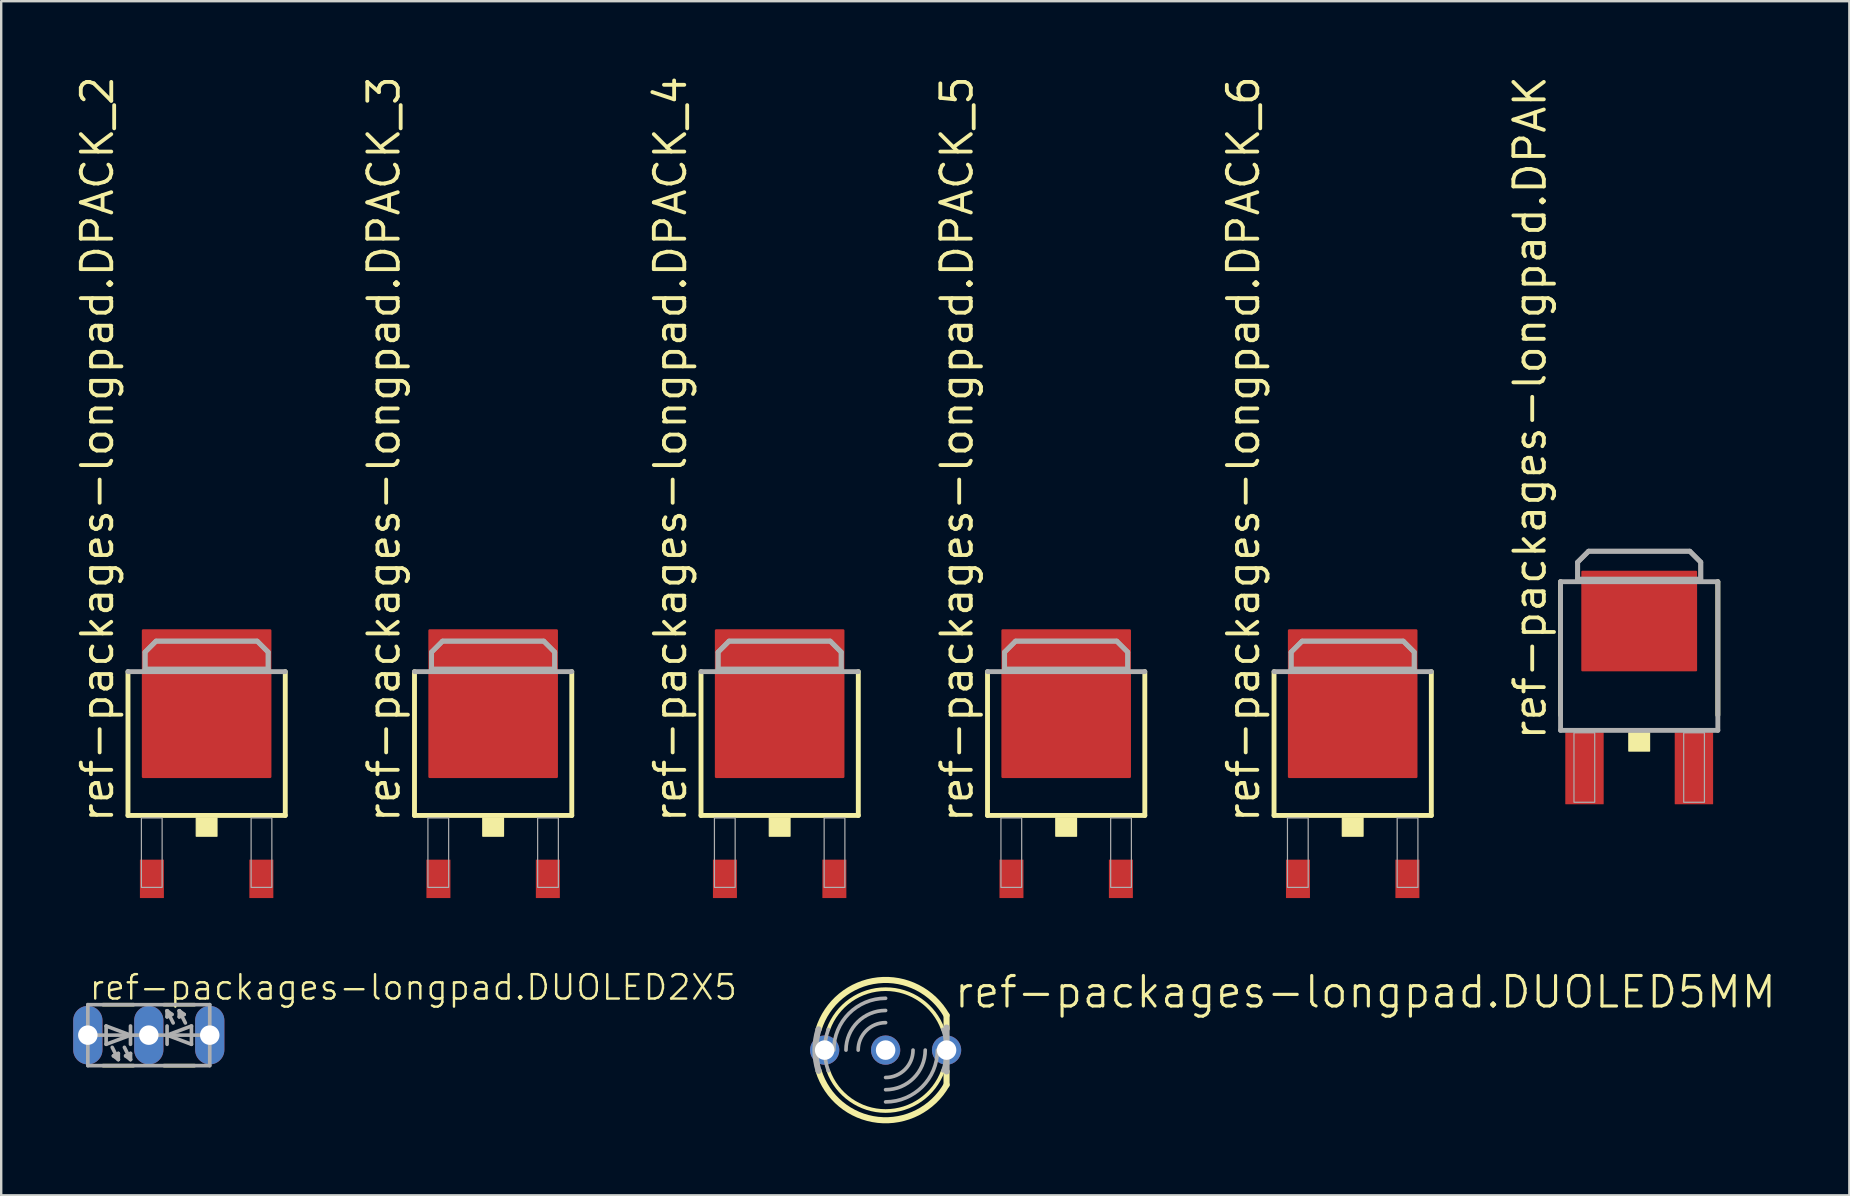
<source format=kicad_pcb>
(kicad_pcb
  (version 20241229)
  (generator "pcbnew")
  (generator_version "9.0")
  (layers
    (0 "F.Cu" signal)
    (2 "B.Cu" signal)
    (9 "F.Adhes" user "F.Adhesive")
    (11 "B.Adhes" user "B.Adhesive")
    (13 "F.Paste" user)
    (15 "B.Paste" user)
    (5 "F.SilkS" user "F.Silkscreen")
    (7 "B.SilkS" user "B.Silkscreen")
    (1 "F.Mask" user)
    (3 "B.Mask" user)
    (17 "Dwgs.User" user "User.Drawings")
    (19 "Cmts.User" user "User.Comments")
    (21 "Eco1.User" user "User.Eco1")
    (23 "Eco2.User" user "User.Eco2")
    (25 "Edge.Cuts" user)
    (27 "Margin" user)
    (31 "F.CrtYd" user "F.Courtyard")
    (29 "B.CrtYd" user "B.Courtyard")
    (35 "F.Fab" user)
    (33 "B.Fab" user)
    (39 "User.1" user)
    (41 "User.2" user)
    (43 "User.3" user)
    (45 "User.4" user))
  (footprint "ref-packages-longpad.DUOLED2X5"
    (layer "F.Cu")
    (at 3.15 40.084)
    (property "Reference" "ref-packages-longpad.DUOLED2X5" (at -2.54 -1.397 0) (layer "F.SilkS") (effects (font (size 1.016 1.016) (thickness 0.1)) (justify left bottom)))
    (attr through_hole)
    (fp_line (start -1.905 1.27) (end -0.635 1.27) (stroke (width 0.152) (type default)) (layer "F.SilkS"))
    (fp_line (start -0.635 -1.27) (end -1.905 -1.27) (stroke (width 0.152) (type default)) (layer "F.SilkS"))
    (fp_line (start 0.635 1.27) (end 1.905 1.27) (stroke (width 0.152) (type default)) (layer "F.SilkS"))
    (fp_line (start 1.905 -1.27) (end 0.635 -1.27) (stroke (width 0.152) (type default)) (layer "F.SilkS"))
    (fp_line (start -2.54 1.27) (end -2.54 -1.27) (stroke (width 0.152) (type default)) (layer "F.Fab"))
    (fp_line (start -2.54 1.27) (end 2.54 1.27) (stroke (width 0.152) (type default)) (layer "F.Fab"))
    (fp_line (start -2.159 0) (end -0.762 0) (stroke (width 0.152) (type default)) (layer "F.Fab"))
    (fp_line (start -1.778 -0.381) (end -1.778 0.381) (stroke (width 0.152) (type default)) (layer "F.Fab"))
    (fp_line (start -1.778 -0.381) (end -0.762 0) (stroke (width 0.152) (type default)) (layer "F.Fab"))
    (fp_line (start -1.524 0.508) (end -1.27 1.016) (stroke (width 0.152) (type default)) (layer "F.Fab"))
    (fp_line (start -1.473 0.864) (end -1.27 0.762) (stroke (width 0.152) (type default)) (layer "F.Fab"))
    (fp_line (start -1.27 1.016) (end -1.473 0.864) (stroke (width 0.152) (type default)) (layer "F.Fab"))
    (fp_line (start -1.27 1.016) (end -1.27 0.762) (stroke (width 0.152) (type default)) (layer "F.Fab"))
    (fp_line (start -1.016 0.508) (end -0.762 1.016) (stroke (width 0.152) (type default)) (layer "F.Fab"))
    (fp_line (start -0.965 0.864) (end -0.762 0.762) (stroke (width 0.152) (type default)) (layer "F.Fab"))
    (fp_line (start -0.762 -0.381) (end -0.762 0) (stroke (width 0.152) (type default)) (layer "F.Fab"))
    (fp_line (start -0.762 0) (end -1.778 0.381) (stroke (width 0.152) (type default)) (layer "F.Fab"))
    (fp_line (start -0.762 0) (end -0.762 0.381) (stroke (width 0.152) (type default)) (layer "F.Fab"))
    (fp_line (start -0.762 1.016) (end -0.965 0.864) (stroke (width 0.152) (type default)) (layer "F.Fab"))
    (fp_line (start -0.762 1.016) (end -0.762 0.762) (stroke (width 0.152) (type default)) (layer "F.Fab"))
    (fp_line (start 0.762 -1.016) (end 0.762 -0.762) (stroke (width 0.152) (type default)) (layer "F.Fab"))
    (fp_line (start 0.762 -1.016) (end 0.965 -0.864) (stroke (width 0.152) (type default)) (layer "F.Fab"))
    (fp_line (start 0.762 0) (end -0.762 0) (stroke (width 0.152) (type default)) (layer "F.Fab"))
    (fp_line (start 0.762 0) (end 0.762 -0.381) (stroke (width 0.152) (type default)) (layer "F.Fab"))
    (fp_line (start 0.762 0) (end 1.778 -0.381) (stroke (width 0.152) (type default)) (layer "F.Fab"))
    (fp_line (start 0.762 0.381) (end 0.762 0) (stroke (width 0.152) (type default)) (layer "F.Fab"))
    (fp_line (start 0.965 -0.864) (end 0.762 -0.762) (stroke (width 0.152) (type default)) (layer "F.Fab"))
    (fp_line (start 1.016 -0.508) (end 0.762 -1.016) (stroke (width 0.152) (type default)) (layer "F.Fab"))
    (fp_line (start 1.27 -1.016) (end 1.27 -0.762) (stroke (width 0.152) (type default)) (layer "F.Fab"))
    (fp_line (start 1.27 -1.016) (end 1.473 -0.864) (stroke (width 0.152) (type default)) (layer "F.Fab"))
    (fp_line (start 1.473 -0.864) (end 1.27 -0.762) (stroke (width 0.152) (type default)) (layer "F.Fab"))
    (fp_line (start 1.524 -0.508) (end 1.27 -1.016) (stroke (width 0.152) (type default)) (layer "F.Fab"))
    (fp_line (start 1.778 0.381) (end 0.762 0) (stroke (width 0.152) (type default)) (layer "F.Fab"))
    (fp_line (start 1.778 0.381) (end 1.778 -0.381) (stroke (width 0.152) (type default)) (layer "F.Fab"))
    (fp_line (start 2.159 0) (end 0.762 0) (stroke (width 0.152) (type default)) (layer "F.Fab"))
    (fp_line (start 2.54 -1.27) (end -2.54 -1.27) (stroke (width 0.152) (type default)) (layer "F.Fab"))
    (fp_line (start 2.54 1.27) (end 2.54 -1.27) (stroke (width 0.152) (type default)) (layer "F.Fab"))
    (pad "AG" thru_hole oval (at -2.54 0 90) (size 2.438 1.219) (drill 0.813) (layers "*.Cu" "*.Mask"))
    (pad "AR" thru_hole oval (at 2.54 0 90) (size 2.438 1.219) (drill 0.813) (layers "*.Cu" "*.Mask"))
    (pad "K" thru_hole oval (at 0 0 90) (size 2.438 1.219) (drill 0.813) (layers "*.Cu" "*.Mask")))
  (footprint "ref-packages-longpad.DPACK_6"
    (layer "F.Cu")
    (at 53.316 28.771)
    (property "Reference" "ref-packages-longpad.DPACK_6" (at -3.81 2.54 90) (layer "F.SilkS") (effects (font (size 1.27 1.27) (thickness 0.16)) (justify left bottom)))
    (attr smd)
    (fp_line (start -3.277 2.159) (end -3.277 -3.835) (stroke (width 0.203) (type default)) (layer "F.SilkS"))
    (fp_line (start 3.277 -3.835) (end 3.277 2.159) (stroke (width 0.203) (type default)) (layer "F.SilkS"))
    (fp_line (start 3.277 2.159) (end -3.277 2.159) (stroke (width 0.203) (type default)) (layer "F.SilkS"))
    (fp_rect (start -0.432 3.023) (end 0.432 2.261) (stroke (width 0.05) (type default)) (fill yes) (layer "F.SilkS"))
    (fp_line (start -3.277 -3.835) (end 3.277 -3.835) (stroke (width 0.203) (type default)) (layer "F.Fab"))
    (fp_line (start -2.565 -4.648) (end -2.108 -5.105) (stroke (width 0.203) (type default)) (layer "F.Fab"))
    (fp_line (start -2.565 -3.937) (end -2.565 -4.648) (stroke (width 0.203) (type default)) (layer "F.Fab"))
    (fp_line (start -2.108 -5.105) (end 2.108 -5.105) (stroke (width 0.203) (type default)) (layer "F.Fab"))
    (fp_line (start 2.108 -5.105) (end 2.565 -4.648) (stroke (width 0.203) (type default)) (layer "F.Fab"))
    (fp_line (start 2.565 -4.648) (end 2.565 -3.937) (stroke (width 0.203) (type default)) (layer "F.Fab"))
    (fp_line (start 2.565 -3.937) (end -2.565 -3.937) (stroke (width 0.203) (type default)) (layer "F.Fab"))
    (fp_rect (start -2.718 5.156) (end -1.854 2.261) (stroke (width 0.05) (type default)) (fill no) (layer "F.Fab"))
    (fp_rect (start 1.854 5.156) (end 2.718 2.261) (stroke (width 0.05) (type default)) (fill no) (layer "F.Fab"))
    (fp_poly (pts (xy -2.565 -3.937) (xy -2.565 -4.648) (xy -2.108 -5.105) (xy 2.108 -5.105) (xy 2.565 -4.648) (xy 2.565 -3.937)) (stroke (width 0.2) (type default)) (fill no) (layer "F.Fab"))
    (pad "G" smd roundrect (at 2.28 4.8) (size 1 1.6) (layers "F.Cu" "F.Mask" "F.Paste") (roundrect_rratio 0.01))
    (pad "MT1" smd roundrect (at -2.28 4.8) (size 1 1.6) (layers "F.Cu" "F.Mask" "F.Paste") (roundrect_rratio 0.01))
    (pad "MT2" smd roundrect (at 0 -2.5) (size 5.4 6.2) (layers "F.Cu" "F.Mask" "F.Paste") (roundrect_rratio 0.01)))
  (footprint "ref-packages-longpad.DPACK_5"
    (layer "F.Cu")
    (at 41.377 28.771)
    (property "Reference" "ref-packages-longpad.DPACK_5" (at -3.81 2.54 90) (layer "F.SilkS") (effects (font (size 1.27 1.27) (thickness 0.16)) (justify left bottom)))
    (attr smd)
    (fp_line (start -3.277 2.159) (end -3.277 -3.835) (stroke (width 0.203) (type default)) (layer "F.SilkS"))
    (fp_line (start 3.277 -3.835) (end 3.277 2.159) (stroke (width 0.203) (type default)) (layer "F.SilkS"))
    (fp_line (start 3.277 2.159) (end -3.277 2.159) (stroke (width 0.203) (type default)) (layer "F.SilkS"))
    (fp_rect (start -0.432 3.023) (end 0.432 2.261) (stroke (width 0.05) (type default)) (fill yes) (layer "F.SilkS"))
    (fp_line (start -3.277 -3.835) (end 3.277 -3.835) (stroke (width 0.203) (type default)) (layer "F.Fab"))
    (fp_line (start -2.565 -4.648) (end -2.108 -5.105) (stroke (width 0.203) (type default)) (layer "F.Fab"))
    (fp_line (start -2.565 -3.937) (end -2.565 -4.648) (stroke (width 0.203) (type default)) (layer "F.Fab"))
    (fp_line (start -2.108 -5.105) (end 2.108 -5.105) (stroke (width 0.203) (type default)) (layer "F.Fab"))
    (fp_line (start 2.108 -5.105) (end 2.565 -4.648) (stroke (width 0.203) (type default)) (layer "F.Fab"))
    (fp_line (start 2.565 -4.648) (end 2.565 -3.937) (stroke (width 0.203) (type default)) (layer "F.Fab"))
    (fp_line (start 2.565 -3.937) (end -2.565 -3.937) (stroke (width 0.203) (type default)) (layer "F.Fab"))
    (fp_rect (start -2.718 5.156) (end -1.854 2.261) (stroke (width 0.05) (type default)) (fill no) (layer "F.Fab"))
    (fp_rect (start 1.854 5.156) (end 2.718 2.261) (stroke (width 0.05) (type default)) (fill no) (layer "F.Fab"))
    (fp_poly (pts (xy -2.565 -3.937) (xy -2.565 -4.648) (xy -2.108 -5.105) (xy 2.108 -5.105) (xy 2.565 -4.648) (xy 2.565 -3.937)) (stroke (width 0.2) (type default)) (fill no) (layer "F.Fab"))
    (pad "A" smd roundrect (at 0 -2.5) (size 5.4 6.2) (layers "F.Cu" "F.Mask" "F.Paste") (roundrect_rratio 0.01))
    (pad "C" smd roundrect (at 2.28 4.8) (size 1 1.6) (layers "F.Cu" "F.Mask" "F.Paste") (roundrect_rratio 0.01))
    (pad "G" smd roundrect (at -2.28 4.8) (size 1 1.6) (layers "F.Cu" "F.Mask" "F.Paste") (roundrect_rratio 0.01)))
  (footprint "ref-packages-longpad.DPACK_4"
    (layer "F.Cu")
    (at 29.438 28.771)
    (property "Reference" "ref-packages-longpad.DPACK_4" (at -3.81 2.54 90) (layer "F.SilkS") (effects (font (size 1.27 1.27) (thickness 0.16)) (justify left bottom)))
    (attr smd)
    (fp_line (start -3.277 2.159) (end -3.277 -3.835) (stroke (width 0.203) (type default)) (layer "F.SilkS"))
    (fp_line (start 3.277 -3.835) (end 3.277 2.159) (stroke (width 0.203) (type default)) (layer "F.SilkS"))
    (fp_line (start 3.277 2.159) (end -3.277 2.159) (stroke (width 0.203) (type default)) (layer "F.SilkS"))
    (fp_rect (start -0.432 3.023) (end 0.432 2.261) (stroke (width 0.05) (type default)) (fill yes) (layer "F.SilkS"))
    (fp_line (start -3.277 -3.835) (end 3.277 -3.835) (stroke (width 0.203) (type default)) (layer "F.Fab"))
    (fp_line (start -2.565 -4.648) (end -2.108 -5.105) (stroke (width 0.203) (type default)) (layer "F.Fab"))
    (fp_line (start -2.565 -3.937) (end -2.565 -4.648) (stroke (width 0.203) (type default)) (layer "F.Fab"))
    (fp_line (start -2.108 -5.105) (end 2.108 -5.105) (stroke (width 0.203) (type default)) (layer "F.Fab"))
    (fp_line (start 2.108 -5.105) (end 2.565 -4.648) (stroke (width 0.203) (type default)) (layer "F.Fab"))
    (fp_line (start 2.565 -4.648) (end 2.565 -3.937) (stroke (width 0.203) (type default)) (layer "F.Fab"))
    (fp_line (start 2.565 -3.937) (end -2.565 -3.937) (stroke (width 0.203) (type default)) (layer "F.Fab"))
    (fp_rect (start -2.718 5.156) (end -1.854 2.261) (stroke (width 0.05) (type default)) (fill no) (layer "F.Fab"))
    (fp_rect (start 1.854 5.156) (end 2.718 2.261) (stroke (width 0.05) (type default)) (fill no) (layer "F.Fab"))
    (fp_poly (pts (xy -2.565 -3.937) (xy -2.565 -4.648) (xy -2.108 -5.105) (xy 2.108 -5.105) (xy 2.565 -4.648) (xy 2.565 -3.937)) (stroke (width 0.2) (type default)) (fill no) (layer "F.Fab"))
    (pad "A" smd roundrect (at 0 -2.5) (size 5.4 6.2) (layers "F.Cu" "F.Mask" "F.Paste") (roundrect_rratio 0.01))
    (pad "C" smd roundrect (at -2.28 4.8) (size 1 1.6) (layers "F.Cu" "F.Mask" "F.Paste") (roundrect_rratio 0.01))
    (pad "G" smd roundrect (at 2.28 4.8) (size 1 1.6) (layers "F.Cu" "F.Mask" "F.Paste") (roundrect_rratio 0.01)))
  (footprint "ref-packages-longpad.DPACK_2"
    (layer "F.Cu")
    (at 5.56 28.771)
    (property "Reference" "ref-packages-longpad.DPACK_2" (at -3.81 2.54 90) (layer "F.SilkS") (effects (font (size 1.27 1.27) (thickness 0.16)) (justify left bottom)))
    (attr smd)
    (fp_line (start -3.277 2.159) (end -3.277 -3.835) (stroke (width 0.203) (type default)) (layer "F.SilkS"))
    (fp_line (start 3.277 -3.835) (end 3.277 2.159) (stroke (width 0.203) (type default)) (layer "F.SilkS"))
    (fp_line (start 3.277 2.159) (end -3.277 2.159) (stroke (width 0.203) (type default)) (layer "F.SilkS"))
    (fp_rect (start -0.432 3.023) (end 0.432 2.261) (stroke (width 0.05) (type default)) (fill yes) (layer "F.SilkS"))
    (fp_line (start -3.277 -3.835) (end 3.277 -3.835) (stroke (width 0.203) (type default)) (layer "F.Fab"))
    (fp_line (start -2.565 -4.648) (end -2.108 -5.105) (stroke (width 0.203) (type default)) (layer "F.Fab"))
    (fp_line (start -2.565 -3.937) (end -2.565 -4.648) (stroke (width 0.203) (type default)) (layer "F.Fab"))
    (fp_line (start -2.108 -5.105) (end 2.108 -5.105) (stroke (width 0.203) (type default)) (layer "F.Fab"))
    (fp_line (start 2.108 -5.105) (end 2.565 -4.648) (stroke (width 0.203) (type default)) (layer "F.Fab"))
    (fp_line (start 2.565 -4.648) (end 2.565 -3.937) (stroke (width 0.203) (type default)) (layer "F.Fab"))
    (fp_line (start 2.565 -3.937) (end -2.565 -3.937) (stroke (width 0.203) (type default)) (layer "F.Fab"))
    (fp_rect (start -2.718 5.156) (end -1.854 2.261) (stroke (width 0.05) (type default)) (fill no) (layer "F.Fab"))
    (fp_rect (start 1.854 5.156) (end 2.718 2.261) (stroke (width 0.05) (type default)) (fill no) (layer "F.Fab"))
    (fp_poly (pts (xy -2.565 -3.937) (xy -2.565 -4.648) (xy -2.108 -5.105) (xy 2.108 -5.105) (xy 2.565 -4.648) (xy 2.565 -3.937)) (stroke (width 0.2) (type default)) (fill no) (layer "F.Fab"))
    (pad "D" smd roundrect (at 0 -2.5) (size 5.4 6.2) (layers "F.Cu" "F.Mask" "F.Paste") (roundrect_rratio 0.01))
    (pad "G" smd roundrect (at -2.28 4.8) (size 1 1.6) (layers "F.Cu" "F.Mask" "F.Paste") (roundrect_rratio 0.01))
    (pad "S" smd roundrect (at 2.28 4.8) (size 1 1.6) (layers "F.Cu" "F.Mask" "F.Paste") (roundrect_rratio 0.01)))
  (footprint "ref-packages-longpad.DUOLED5MM"
    (layer "F.Cu")
    (at 33.853 40.707)
    (property "Reference" "ref-packages-longpad.DUOLED5MM" (at 2.794 -1.676 0) (layer "F.SilkS") (effects (font (size 1.27 1.27) (thickness 0.13)) (justify left bottom)))
    (attr through_hole)
    (fp_line (start 2.54 -1.448) (end 2.54 -0.889) (stroke (width 0.254) (type default)) (layer "F.SilkS"))
    (fp_line (start 2.54 0.889) (end 2.54 1.448) (stroke (width 0.254) (type default)) (layer "F.SilkS"))
    (fp_arc (start -2.7933 -0.8634) (mid -0.318481 -2.906275) (end 2.54 -1.4478) (stroke (width 0.254) (type default)) (layer "F.SilkS"))
    (fp_arc (start -2.3876 -0.8636) (mid 0 -2.538984) (end 2.3876 -0.8636) (stroke (width 0.1524) (type default)) (layer "F.SilkS"))
    (fp_arc (start 2.3876 0.8636) (mid 0 2.538984) (end -2.3876 0.8636) (stroke (width 0.1524) (type default)) (layer "F.SilkS"))
    (fp_arc (start 2.5407 1.4482) (mid -0.318547 2.907036) (end -2.794 0.8636) (stroke (width 0.254) (type default)) (layer "F.SilkS"))
    (fp_line (start 2.54 -0.94) (end 2.54 0.889) (stroke (width 0.254) (type default)) (layer "F.Fab"))
    (fp_arc (start -2.794 0.8636) (mid -2.924421 0) (end -2.794 -0.8636) (stroke (width 0.254) (type default)) (layer "F.Fab"))
    (fp_arc (start -2.3876 0.8636) (mid -2.538984 0) (end -2.3876 -0.8636) (stroke (width 0.1524) (type default)) (layer "F.Fab"))
    (fp_arc (start -2.159 0) (mid -1.526644 -1.526644) (end 0 -2.159) (stroke (width 0.1524) (type default)) (layer "F.Fab"))
    (fp_arc (start -1.651 0) (mid -1.167433 -1.167433) (end 0 -1.651) (stroke (width 0.1524) (type default)) (layer "F.Fab"))
    (fp_arc (start -1.143 0) (mid -0.808223 -0.808223) (end 0 -1.143) (stroke (width 0.1524) (type default)) (layer "F.Fab"))
    (fp_arc (start 1.143 0) (mid 0.808223 0.808223) (end 0 1.143) (stroke (width 0.1524) (type default)) (layer "F.Fab"))
    (fp_arc (start 1.651 0) (mid 1.167433 1.167433) (end 0 1.651) (stroke (width 0.1524) (type default)) (layer "F.Fab"))
    (fp_arc (start 2.159 0) (mid 1.526644 1.526644) (end 0 2.159) (stroke (width 0.1524) (type default)) (layer "F.Fab"))
    (fp_arc (start 2.3876 -0.8636) (mid 2.538984 0) (end 2.3876 0.8636) (stroke (width 0.1524) (type default)) (layer "F.Fab"))
    (pad "AG" thru_hole circle (at -2.54 0 90) (size 1.219 1.219) (drill 0.813) (layers "*.Cu" "*.Mask"))
    (pad "AR" thru_hole circle (at 2.54 0 90) (size 1.219 1.219) (drill 0.813) (layers "*.Cu" "*.Mask"))
    (pad "K" thru_hole circle (at 0 0 90) (size 1.219 1.219) (drill 0.813) (layers "*.Cu" "*.Mask")))
  (footprint "ref-packages-longpad.DPAK"
    (layer "F.Cu")
    (at 65.255 24.924)
    (property "Reference" "ref-packages-longpad.DPAK" (at -3.81 2.94 90) (layer "F.SilkS") (effects (font (size 1.27 1.27) (thickness 0.16)) (justify left bottom)))
    (attr smd)
    (fp_line (start -3.277 1.824) (end -3.277 -3.735) (stroke (width 0.203) (type default)) (layer "F.SilkS"))
    (fp_line (start 3.277 -3.735) (end 3.277 1.824) (stroke (width 0.203) (type default)) (layer "F.SilkS"))
    (fp_rect (start -0.432 3.323) (end 0.432 2.561) (stroke (width 0.05) (type default)) (fill yes) (layer "F.SilkS"))
    (fp_line (start -3.277 -3.735) (end 3.277 -3.735) (stroke (width 0.203) (type default)) (layer "F.Fab"))
    (fp_line (start -3.277 2.459) (end -3.277 -3.735) (stroke (width 0.203) (type default)) (layer "F.Fab"))
    (fp_line (start -2.565 -4.548) (end -2.108 -5.005) (stroke (width 0.203) (type default)) (layer "F.Fab"))
    (fp_line (start -2.565 -3.837) (end -2.565 -4.548) (stroke (width 0.203) (type default)) (layer "F.Fab"))
    (fp_line (start -2.108 -5.005) (end 2.108 -5.005) (stroke (width 0.203) (type default)) (layer "F.Fab"))
    (fp_line (start 2.108 -5.005) (end 2.565 -4.548) (stroke (width 0.203) (type default)) (layer "F.Fab"))
    (fp_line (start 2.565 -4.548) (end 2.565 -3.837) (stroke (width 0.203) (type default)) (layer "F.Fab"))
    (fp_line (start 2.565 -3.837) (end -2.565 -3.837) (stroke (width 0.203) (type default)) (layer "F.Fab"))
    (fp_line (start 3.277 -3.735) (end 3.277 2.459) (stroke (width 0.203) (type default)) (layer "F.Fab"))
    (fp_line (start 3.277 2.459) (end -3.277 2.459) (stroke (width 0.203) (type default)) (layer "F.Fab"))
    (fp_rect (start -2.718 5.456) (end -1.854 2.561) (stroke (width 0.05) (type default)) (fill no) (layer "F.Fab"))
    (fp_rect (start 1.854 5.456) (end 2.718 2.561) (stroke (width 0.05) (type default)) (fill no) (layer "F.Fab"))
    (fp_poly (pts (xy -2.565 -3.837) (xy -2.565 -4.548) (xy -2.108 -5.005) (xy 2.108 -5.005) (xy 2.565 -4.548) (xy 2.565 -3.837)) (stroke (width 0.2) (type default)) (fill no) (layer "F.Fab"))
    (pad "1" smd roundrect (at -2.28 4.04) (size 1.6 3) (layers "F.Cu" "F.Mask" "F.Paste") (roundrect_rratio 0.01))
    (pad "3" smd roundrect (at 2.28 4.04) (size 1.6 3) (layers "F.Cu" "F.Mask" "F.Paste") (roundrect_rratio 0.01))
    (pad "4" smd roundrect (at 0 -2.096) (size 4.826 4.191) (layers "F.Cu" "F.Mask" "F.Paste") (roundrect_rratio 0.01)))
  (footprint "ref-packages-longpad.DPACK_3"
    (layer "F.Cu")
    (at 17.499 28.771)
    (property "Reference" "ref-packages-longpad.DPACK_3" (at -3.81 2.54 90) (layer "F.SilkS") (effects (font (size 1.27 1.27) (thickness 0.16)) (justify left bottom)))
    (attr smd)
    (fp_line (start -3.277 2.159) (end -3.277 -3.835) (stroke (width 0.203) (type default)) (layer "F.SilkS"))
    (fp_line (start 3.277 -3.835) (end 3.277 2.159) (stroke (width 0.203) (type default)) (layer "F.SilkS"))
    (fp_line (start 3.277 2.159) (end -3.277 2.159) (stroke (width 0.203) (type default)) (layer "F.SilkS"))
    (fp_rect (start -0.432 3.023) (end 0.432 2.261) (stroke (width 0.05) (type default)) (fill yes) (layer "F.SilkS"))
    (fp_line (start -3.277 -3.835) (end 3.277 -3.835) (stroke (width 0.203) (type default)) (layer "F.Fab"))
    (fp_line (start -2.565 -4.648) (end -2.108 -5.105) (stroke (width 0.203) (type default)) (layer "F.Fab"))
    (fp_line (start -2.565 -3.937) (end -2.565 -4.648) (stroke (width 0.203) (type default)) (layer "F.Fab"))
    (fp_line (start -2.108 -5.105) (end 2.108 -5.105) (stroke (width 0.203) (type default)) (layer "F.Fab"))
    (fp_line (start 2.108 -5.105) (end 2.565 -4.648) (stroke (width 0.203) (type default)) (layer "F.Fab"))
    (fp_line (start 2.565 -4.648) (end 2.565 -3.937) (stroke (width 0.203) (type default)) (layer "F.Fab"))
    (fp_line (start 2.565 -3.937) (end -2.565 -3.937) (stroke (width 0.203) (type default)) (layer "F.Fab"))
    (fp_rect (start -2.718 5.156) (end -1.854 2.261) (stroke (width 0.05) (type default)) (fill no) (layer "F.Fab"))
    (fp_rect (start 1.854 5.156) (end 2.718 2.261) (stroke (width 0.05) (type default)) (fill no) (layer "F.Fab"))
    (fp_poly (pts (xy -2.565 -3.937) (xy -2.565 -4.648) (xy -2.108 -5.105) (xy 2.108 -5.105) (xy 2.565 -4.648) (xy 2.565 -3.937)) (stroke (width 0.2) (type default)) (fill no) (layer "F.Fab"))
    (pad "A1" smd roundrect (at -2.28 4.8) (size 1 1.6) (layers "F.Cu" "F.Mask" "F.Paste") (roundrect_rratio 0.01))
    (pad "A2" smd roundrect (at 2.28 4.8) (size 1 1.6) (layers "F.Cu" "F.Mask" "F.Paste") (roundrect_rratio 0.01))
    (pad "C" smd roundrect (at 0 -2.5) (size 5.4 6.2) (layers "F.Cu" "F.Mask" "F.Paste") (roundrect_rratio 0.01)))
  (gr_rect
    (start -3 -3)
    (end 74.012 46.759)
    (stroke (width 0.1) (type default))
    (fill no)
    (layer "Edge.Cuts")))
</source>
